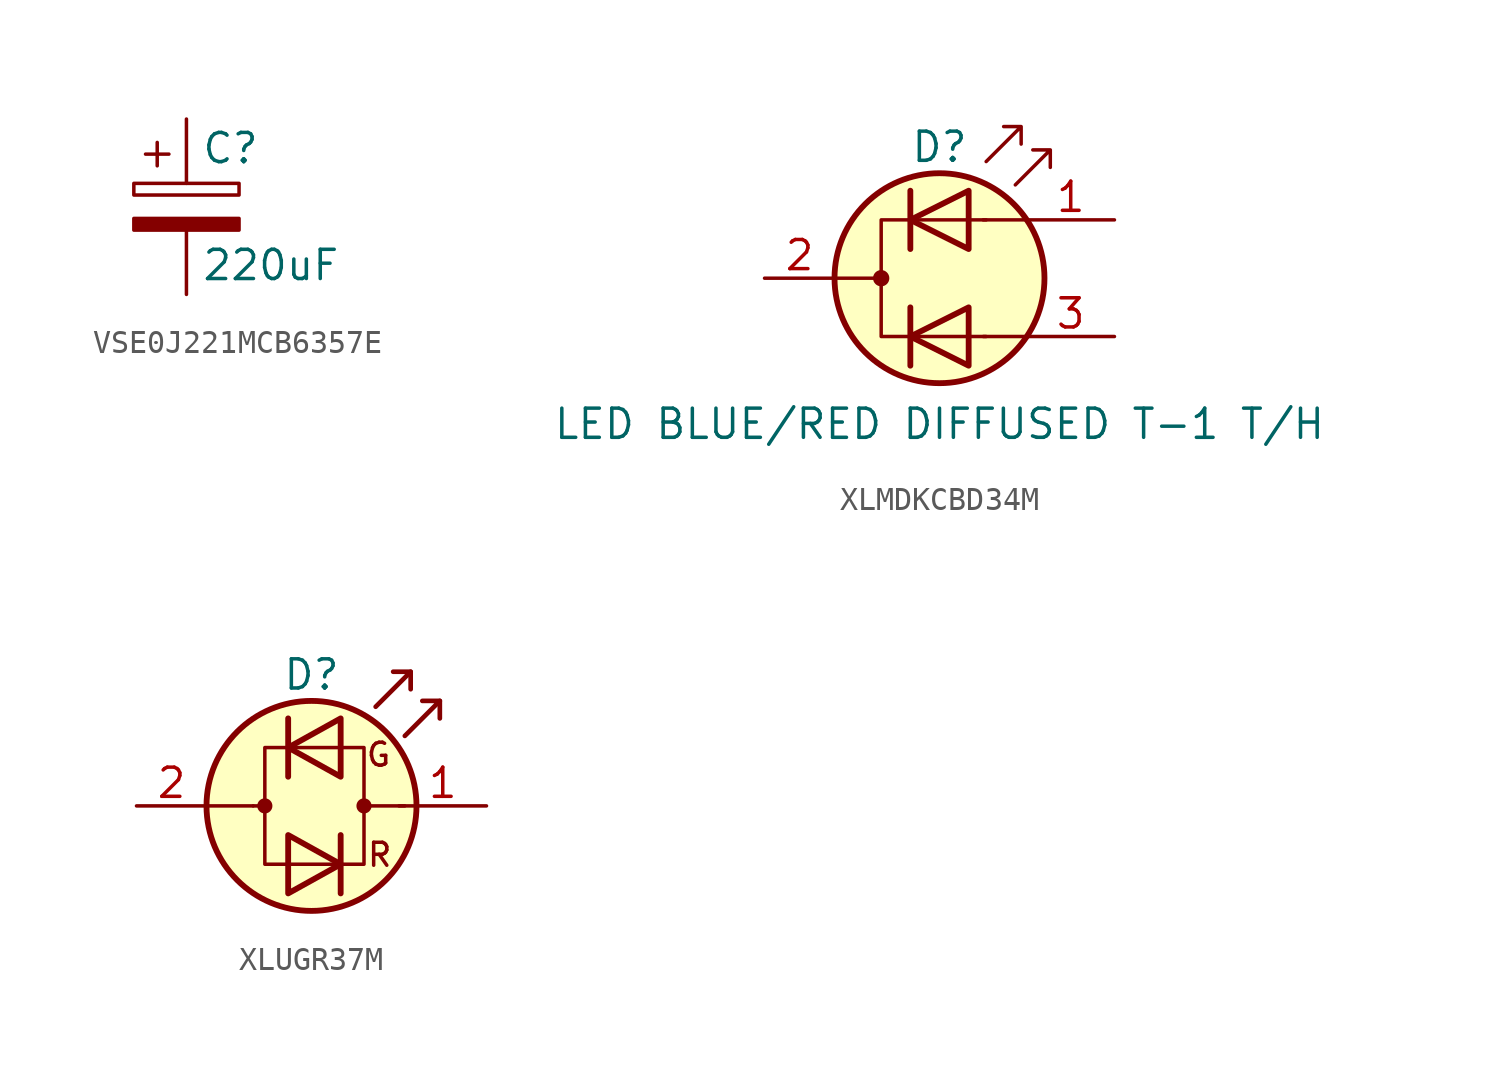
<source format=kicad_sym>
(kicad_symbol_lib
  (version 20220914)
  (generator kicad_symbol_editor)
  (symbol "VSE0J221MCB6357E"
    (pin_numbers hide)
    (pin_names
      (offset 0.254))
    (property "Reference" "C"
      (at 0.635 2.54 0)
      (effects (font (size 1.27 1.27)) (justify left)))
    (property "Value" "220uF"
      (at 0.635 -2.54 0)
      (effects (font (size 1.27 1.27)) (justify left)))
    (symbol "VSE0J221MCB6357E_0_1"
      (rectangle (start -2.286 0.508) (end 2.286 1.016) (stroke (width 0) (type default)) (fill (type none)))
      (polyline (pts (xy -1.778 2.286) (xy -0.762 2.286)) (stroke (width 0) (type default)) (fill (type none)))
      (polyline (pts (xy -1.27 2.794) (xy -1.27 1.778)) (stroke (width 0) (type default)) (fill (type none)))
      (rectangle (start 2.286 -0.508) (end -2.286 -1.016) (stroke (width 0) (type default)) (fill (type outline))))
    (symbol "VSE0J221MCB6357E_1_1"
      (pin passive line (at 0 3.81 270) (length 2.794) (name "~" (effects (font (size 1.27 1.27)))) (number "1" (effects (font (size 1.27 1.27)))))
      (pin passive line (at 0 -3.81 90) (length 2.794) (name "~" (effects (font (size 1.27 1.27)))) (number "2" (effects (font (size 1.27 1.27)))))))
  (symbol "XLMDKCBD34M"
    (pin_names
      (offset 0) hide)
    (property "Reference" "D"
      (at 0 5.715 0)
      (effects (font (size 1.27 1.27))))
    (property "Value" "LED BLUE/RED DIFFUSED T-1 T/H"
      (at 0 -6.35 0)
      (effects (font (size 1.27 1.27))))
    (symbol "XLMDKCBD34M_0_1"
      (circle (center -2.54 0) (radius 0.279) (stroke (width 0) (type default)) (fill (type outline)))
      (polyline (pts (xy -4.572 0) (xy -2.54 0)) (stroke (width 0) (type default)) (fill (type none)))
      (polyline (pts (xy -1.27 -1.27) (xy -1.27 -3.81)) (stroke (width 0.254) (type default)) (fill (type none)))
      (polyline (pts (xy -1.27 1.27) (xy -1.27 3.81)) (stroke (width 0.254) (type default)) (fill (type none)))
      (polyline (pts (xy 3.81 -2.54) (xy 1.905 -2.54)) (stroke (width 0) (type default)) (fill (type none)))
      (polyline (pts (xy 3.81 2.54) (xy 1.905 2.54)) (stroke (width 0) (type default)) (fill (type none)))
      (polyline (pts (xy 1.27 -3.81) (xy 1.27 -1.27) (xy -1.27 -2.54) (xy 1.27 -3.81)) (stroke (width 0.254) (type default)) (fill (type none)))
      (polyline (pts (xy 1.27 1.27) (xy 1.27 3.81) (xy -1.27 2.54) (xy 1.27 1.27)) (stroke (width 0.254) (type default)) (fill (type none)))
      (polyline (pts (xy 2.032 2.54) (xy -2.54 2.54) (xy -2.54 -2.54) (xy 2.032 -2.54)) (stroke (width 0) (type default)) (fill (type none)))
      (polyline (pts (xy 2.032 5.08) (xy 3.556 6.604) (xy 2.794 6.604) (xy 3.556 6.604) (xy 3.556 5.842)) (stroke (width 0) (type default)) (fill (type none)))
      (polyline (pts (xy 3.302 4.064) (xy 4.826 5.588) (xy 4.064 5.588) (xy 4.826 5.588) (xy 4.826 4.826)) (stroke (width 0) (type default)) (fill (type none)))
      (circle (center 0 0) (radius 4.572) (stroke (width 0.254) (type default)) (fill (type background))))
    (symbol "XLMDKCBD34M_1_1"
      (pin input line (at 7.62 2.54 180) (length 3.81) (name "A1" (effects (font (size 1.27 1.27)))) (number "1" (effects (font (size 1.27 1.27)))))
      (pin input line (at -7.62 0 0) (length 3.048) (name "K" (effects (font (size 1.27 1.27)))) (number "2" (effects (font (size 1.27 1.27)))))
      (pin input line (at 7.62 -2.54 180) (length 3.81) (name "A2" (effects (font (size 1.27 1.27)))) (number "3" (effects (font (size 1.27 1.27)))))))
  (symbol "XLUGR37M"
    (pin_names
      (offset 0) hide)
    (property "Reference" "D"
      (at 0 5.715 0)
      (effects (font (size 1.27 1.27))))
    (symbol "XLUGR37M_0_1"
      (circle (center -2.032 0) (radius 0.254) (stroke (width 0) (type default)) (fill (type outline)))
      (polyline (pts (xy -4.572 0) (xy -2.54 0)) (stroke (width 0) (type default)) (fill (type none)))
      (polyline (pts (xy -2.032 0) (xy -2.54 0)) (stroke (width 0) (type default)) (fill (type none)))
      (polyline (pts (xy -1.016 3.81) (xy -1.016 1.27)) (stroke (width 0.254) (type default)) (fill (type none)))
      (polyline (pts (xy 1.27 -1.27) (xy 1.27 -3.81)) (stroke (width 0.254) (type default)) (fill (type none)))
      (polyline (pts (xy 4.064 0) (xy 2.286 0)) (stroke (width 0) (type default)) (fill (type outline)))
      (polyline (pts (xy 4.318 5.842) (xy 4.318 5.08)) (stroke (width 0.203) (type default)) (fill (type none)))
      (polyline (pts (xy 5.588 4.572) (xy 5.588 3.81)) (stroke (width 0.203) (type default)) (fill (type none)))
      (polyline (pts (xy 2.794 4.318) (xy 4.318 5.842) (xy 3.556 5.842)) (stroke (width 0.203) (type default)) (fill (type none)))
      (polyline (pts (xy 4.064 3.048) (xy 5.588 4.572) (xy 4.826 4.572)) (stroke (width 0.203) (type default)) (fill (type none)))
      (polyline (pts (xy -1.016 -1.27) (xy -1.016 -3.81) (xy 1.27 -2.54) (xy -1.016 -1.27)) (stroke (width 0.254) (type default)) (fill (type none)))
      (polyline (pts (xy 1.27 3.81) (xy 1.27 1.27) (xy -1.016 2.54) (xy 1.27 3.81)) (stroke (width 0.254) (type default)) (fill (type none)))
      (polyline (pts (xy 2.286 2.54) (xy -2.032 2.54) (xy -2.032 -2.54) (xy 2.286 -2.54) (xy 2.286 2.54)) (stroke (width 0) (type default)) (fill (type none)))
      (circle (center 0 0) (radius 4.572) (stroke (width 0.254) (type default)) (fill (type background)))
      (circle (center 2.286 0) (radius 0.254) (stroke (width 0) (type default)) (fill (type outline))))
    (symbol "XLUGR37M_1_1"
      (text "G" (at 2.92 2.228 0) (effects (font (size 1 1))))
      (text "R" (at 2.969 -2.129 0) (effects (font (size 1 1))))
      (pin input line (at 7.62 0 180) (length 3.81) (name "KA" (effects (font (size 1.27 1.27)))) (number "1" (effects (font (size 1.27 1.27)))))
      (pin input line (at -7.62 0 0) (length 3.048) (name "AK" (effects (font (size 1.27 1.27)))) (number "2" (effects (font (size 1.27 1.27))))))))
</source>
